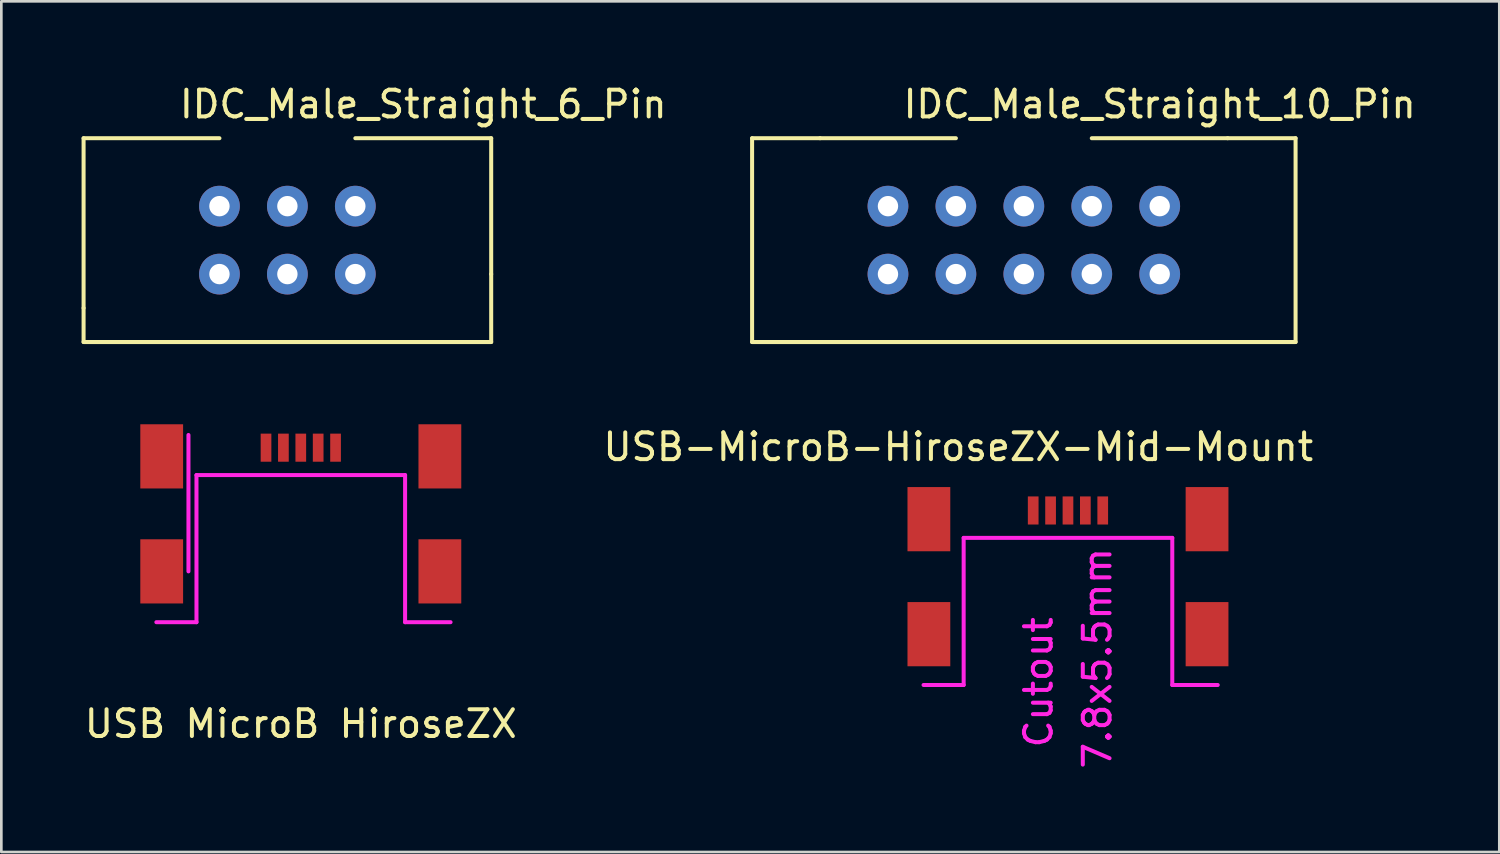
<source format=kicad_pcb>
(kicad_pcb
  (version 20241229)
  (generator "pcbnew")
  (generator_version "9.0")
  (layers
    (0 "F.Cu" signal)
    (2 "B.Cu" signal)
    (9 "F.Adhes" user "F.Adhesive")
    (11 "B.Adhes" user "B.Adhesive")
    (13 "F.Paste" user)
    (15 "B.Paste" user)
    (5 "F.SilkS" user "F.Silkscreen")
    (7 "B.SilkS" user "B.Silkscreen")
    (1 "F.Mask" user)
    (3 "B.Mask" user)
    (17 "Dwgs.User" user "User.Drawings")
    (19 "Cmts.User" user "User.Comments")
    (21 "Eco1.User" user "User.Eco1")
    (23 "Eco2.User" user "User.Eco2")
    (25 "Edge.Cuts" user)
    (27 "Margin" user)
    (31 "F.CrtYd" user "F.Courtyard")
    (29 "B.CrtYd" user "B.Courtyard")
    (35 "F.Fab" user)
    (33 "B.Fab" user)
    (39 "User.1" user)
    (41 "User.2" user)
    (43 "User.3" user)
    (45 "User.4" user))
  (footprint "IDC_Male_Straight_10_Pin"
    (layer "F.Cu")
    (at 35.23 5.928)
    (property "Reference" "IDC_Male_Straight_10_Pin" (at 5.08 -5.08 0) (layer "F.SilkS") (effects (font (size 1 1) (thickness 0.15))))
    (attr through_hole)
    (fp_line (start -10.16 -3.81) (end -10.16 3.81) (stroke (width 0.15) (type solid)) (layer "F.SilkS"))
    (fp_line (start -10.16 -3.81) (end -7.62 -3.81) (stroke (width 0.15) (type solid)) (layer "F.SilkS"))
    (fp_line (start -7.62 -3.81) (end -2.54 -3.81) (stroke (width 0.15) (type solid)) (layer "F.SilkS"))
    (fp_line (start -7.62 3.81) (end -10.16 3.81) (stroke (width 0.15) (type solid)) (layer "F.SilkS"))
    (fp_line (start -7.62 3.81) (end -6.35 3.81) (stroke (width 0.15) (type solid)) (layer "F.SilkS"))
    (fp_line (start 0 3.81) (end -6.35 3.81) (stroke (width 0.15) (type solid)) (layer "F.SilkS"))
    (fp_line (start 0 3.81) (end 7.62 3.81) (stroke (width 0.15) (type solid)) (layer "F.SilkS"))
    (fp_line (start 2.54 -3.81) (end 7.62 -3.81) (stroke (width 0.15) (type solid)) (layer "F.SilkS"))
    (fp_line (start 10.16 -3.81) (end 7.62 -3.81) (stroke (width 0.15) (type solid)) (layer "F.SilkS"))
    (fp_line (start 10.16 -3.81) (end 10.16 3.81) (stroke (width 0.15) (type solid)) (layer "F.SilkS"))
    (fp_line (start 10.16 3.81) (end 7.62 3.81) (stroke (width 0.15) (type solid)) (layer "F.SilkS"))
    (pad "1" thru_hole circle (at 5.08 -1.27) (size 1.524 1.524) (drill 0.762) (layers "*.Cu" "*.Mask"))
    (pad "2" thru_hole circle (at 5.08 1.27) (size 1.524 1.524) (drill 0.762) (layers "*.Cu" "*.Mask"))
    (pad "3" thru_hole circle (at 2.54 -1.27) (size 1.524 1.524) (drill 0.762) (layers "*.Cu" "*.Mask"))
    (pad "4" thru_hole circle (at 2.54 1.27) (size 1.524 1.524) (drill 0.762) (layers "*.Cu" "*.Mask"))
    (pad "5" thru_hole circle (at 0 -1.27) (size 1.524 1.524) (drill 0.762) (layers "*.Cu" "*.Mask"))
    (pad "6" thru_hole circle (at 0 1.27) (size 1.524 1.524) (drill 0.762) (layers "*.Cu" "*.Mask"))
    (pad "7" thru_hole circle (at -2.54 -1.27) (size 1.524 1.524) (drill 0.762) (layers "*.Cu" "*.Mask"))
    (pad "8" thru_hole circle (at -2.54 1.27) (size 1.524 1.524) (drill 0.762) (layers "*.Cu" "*.Mask"))
    (pad "9" thru_hole circle (at -5.08 -1.27) (size 1.524 1.524) (drill 0.762) (layers "*.Cu" "*.Mask"))
    (pad "10" thru_hole circle (at -5.08 1.27) (size 1.524 1.524) (drill 0.762) (layers "*.Cu" "*.Mask")))
  (footprint "IDC_Male_Straight_6_Pin"
    (layer "F.Cu")
    (at 7.695 5.928)
    (property "Reference" "IDC_Male_Straight_6_Pin" (at 5.08 -5.08 0) (layer "F.SilkS") (effects (font (size 1 1) (thickness 0.15))))
    (attr through_hole)
    (fp_line (start -7.62 -3.81) (end -2.54 -3.81) (stroke (width 0.15) (type solid)) (layer "F.SilkS"))
    (fp_line (start -7.62 2.54) (end -7.62 -3.81) (stroke (width 0.15) (type solid)) (layer "F.SilkS"))
    (fp_line (start -7.62 2.54) (end -7.62 3.81) (stroke (width 0.15) (type solid)) (layer "F.SilkS"))
    (fp_line (start -7.62 3.81) (end -6.35 3.81) (stroke (width 0.15) (type solid)) (layer "F.SilkS"))
    (fp_line (start 0 3.81) (end -6.35 3.81) (stroke (width 0.15) (type solid)) (layer "F.SilkS"))
    (fp_line (start 0 3.81) (end 7.62 3.81) (stroke (width 0.15) (type solid)) (layer "F.SilkS"))
    (fp_line (start 2.54 -3.81) (end 7.62 -3.81) (stroke (width 0.15) (type solid)) (layer "F.SilkS"))
    (fp_line (start 7.62 1.27) (end 7.62 -3.81) (stroke (width 0.15) (type solid)) (layer "F.SilkS"))
    (fp_line (start 7.62 1.27) (end 7.62 3.81) (stroke (width 0.15) (type solid)) (layer "F.SilkS"))
    (pad "1" thru_hole circle (at 2.54 -1.27) (size 1.524 1.524) (drill 0.762) (layers "*.Cu" "*.Mask"))
    (pad "2" thru_hole circle (at 2.54 1.27) (size 1.524 1.524) (drill 0.762) (layers "*.Cu" "*.Mask"))
    (pad "3" thru_hole circle (at 0 -1.27) (size 1.524 1.524) (drill 0.762) (layers "*.Cu" "*.Mask"))
    (pad "4" thru_hole circle (at 0 1.27) (size 1.524 1.524) (drill 0.762) (layers "*.Cu" "*.Mask"))
    (pad "5" thru_hole circle (at -2.54 -1.27) (size 1.524 1.524) (drill 0.762) (layers "*.Cu" "*.Mask"))
    (pad "6" thru_hole circle (at -2.54 1.27) (size 1.524 1.524) (drill 0.762) (layers "*.Cu" "*.Mask")))
  (footprint "USB MicroB HiroseZX"
    (layer "F.Cu")
    (at 8.196 20.213)
    (property "Reference" "USB MicroB HiroseZX" (at 0 3.8 0) (layer "F.SilkS") (effects (font (size 1 1) (thickness 0.15))))
    (attr through_hole)
    (fp_line (start -4.2 -1.9) (end -4.2 -7) (stroke (width 0.15) (type solid)) (layer "F.CrtYd"))
    (fp_line (start -3.9 -5.5) (end -3.9 0) (stroke (width 0.15) (type solid)) (layer "F.CrtYd"))
    (fp_line (start -3.9 0) (end -5.4 0) (stroke (width 0.15) (type solid)) (layer "F.CrtYd"))
    (fp_line (start 3.9 -5.5) (end -3.9 -5.5) (stroke (width 0.15) (type solid)) (layer "F.CrtYd"))
    (fp_line (start 3.9 0) (end 3.9 -5.5) (stroke (width 0.15) (type solid)) (layer "F.CrtYd"))
    (fp_line (start 3.9 0) (end 5.6 0) (stroke (width 0.15) (type solid)) (layer "F.CrtYd"))
    (pad "1" smd rect (at -1.3 -6.525) (size 0.4 1.05) (layers "F.Cu" "F.Mask" "F.Paste"))
    (pad "1" smd rect (at -0.65 -6.525) (size 0.4 1.05) (layers "F.Cu" "F.Mask" "F.Paste"))
    (pad "1" smd rect (at 0 -6.525) (size 0.4 1.05) (layers "F.Cu" "F.Mask" "F.Paste"))
    (pad "1" smd rect (at 0.65 -6.525) (size 0.4 1.05) (layers "F.Cu" "F.Mask" "F.Paste"))
    (pad "1" smd rect (at 1.3 -6.525) (size 0.4 1.05) (layers "F.Cu" "F.Mask" "F.Paste"))
    (pad "2" smd rect (at -5.2 -6.2) (size 1.6 2.4) (layers "F.Cu" "F.Mask" "F.Paste"))
    (pad "2" smd rect (at -5.2 -1.9) (size 1.6 2.4) (layers "F.Cu" "F.Mask" "F.Paste"))
    (pad "2" smd rect (at 5.2 -6.2) (size 1.6 2.4) (layers "F.Cu" "F.Mask" "F.Paste"))
    (pad "2" smd rect (at 5.2 -1.9) (size 1.6 2.4) (layers "F.Cu" "F.Mask" "F.Paste")))
  (footprint "USB-MicroB-HiroseZX-Mid-Mount"
    (layer "F.Cu")
    (at 36.88 22.561)
    (property "Reference" "USB-MicroB-HiroseZX-Mid-Mount" (at -4.1 -8.9 0) (layer "F.SilkS") (effects (font (size 1 1) (thickness 0.15))))
    (attr through_hole)
    (fp_line (start -3.9 -5.5) (end -3.9 0) (stroke (width 0.15) (type solid)) (layer "F.CrtYd"))
    (fp_line (start -3.9 0) (end -5.4 0) (stroke (width 0.15) (type solid)) (layer "F.CrtYd"))
    (fp_line (start 3.9 -5.5) (end -3.9 -5.5) (stroke (width 0.15) (type solid)) (layer "F.CrtYd"))
    (fp_line (start 3.9 0) (end 3.9 -5.5) (stroke (width 0.15) (type solid)) (layer "F.CrtYd"))
    (fp_line (start 3.9 0) (end 5.6 0) (stroke (width 0.15) (type solid)) (layer "F.CrtYd"))
    (fp_text user "7.8x5.5mm" (at 1.1 -1 90) (layer "F.CrtYd") (effects (font (size 1 1) (thickness 0.15))))
    (fp_text user "Cutout" (at -1.1 -0.1 90) (layer "F.CrtYd") (effects (font (size 1 1) (thickness 0.15))))
    (pad "1" smd rect (at -1.3 -6.525) (size 0.4 1.05) (layers "F.Cu" "F.Mask" "F.Paste"))
    (pad "2" smd rect (at -0.65 -6.525) (size 0.4 1.05) (layers "F.Cu" "F.Mask" "F.Paste"))
    (pad "3" smd rect (at 0 -6.525) (size 0.4 1.05) (layers "F.Cu" "F.Mask" "F.Paste"))
    (pad "4" smd rect (at 0.65 -6.525) (size 0.4 1.05) (layers "F.Cu" "F.Mask" "F.Paste"))
    (pad "5" smd rect (at 1.3 -6.525) (size 0.4 1.05) (layers "F.Cu" "F.Mask" "F.Paste"))
    (pad "6" smd rect (at -5.2 -6.2) (size 1.6 2.4) (layers "F.Cu" "F.Mask" "F.Paste"))
    (pad "6" smd rect (at -5.2 -1.9) (size 1.6 2.4) (layers "F.Cu" "F.Mask" "F.Paste"))
    (pad "6" smd rect (at 5.2 -6.2) (size 1.6 2.4) (layers "F.Cu" "F.Mask" "F.Paste"))
    (pad "6" smd rect (at 5.2 -1.9) (size 1.6 2.4) (layers "F.Cu" "F.Mask" "F.Paste")))
  (gr_rect
    (start -3 -3)
    (end 53.007 28.806)
    (stroke (width 0.1) (type default))
    (fill no)
    (layer "Edge.Cuts")))
</source>
